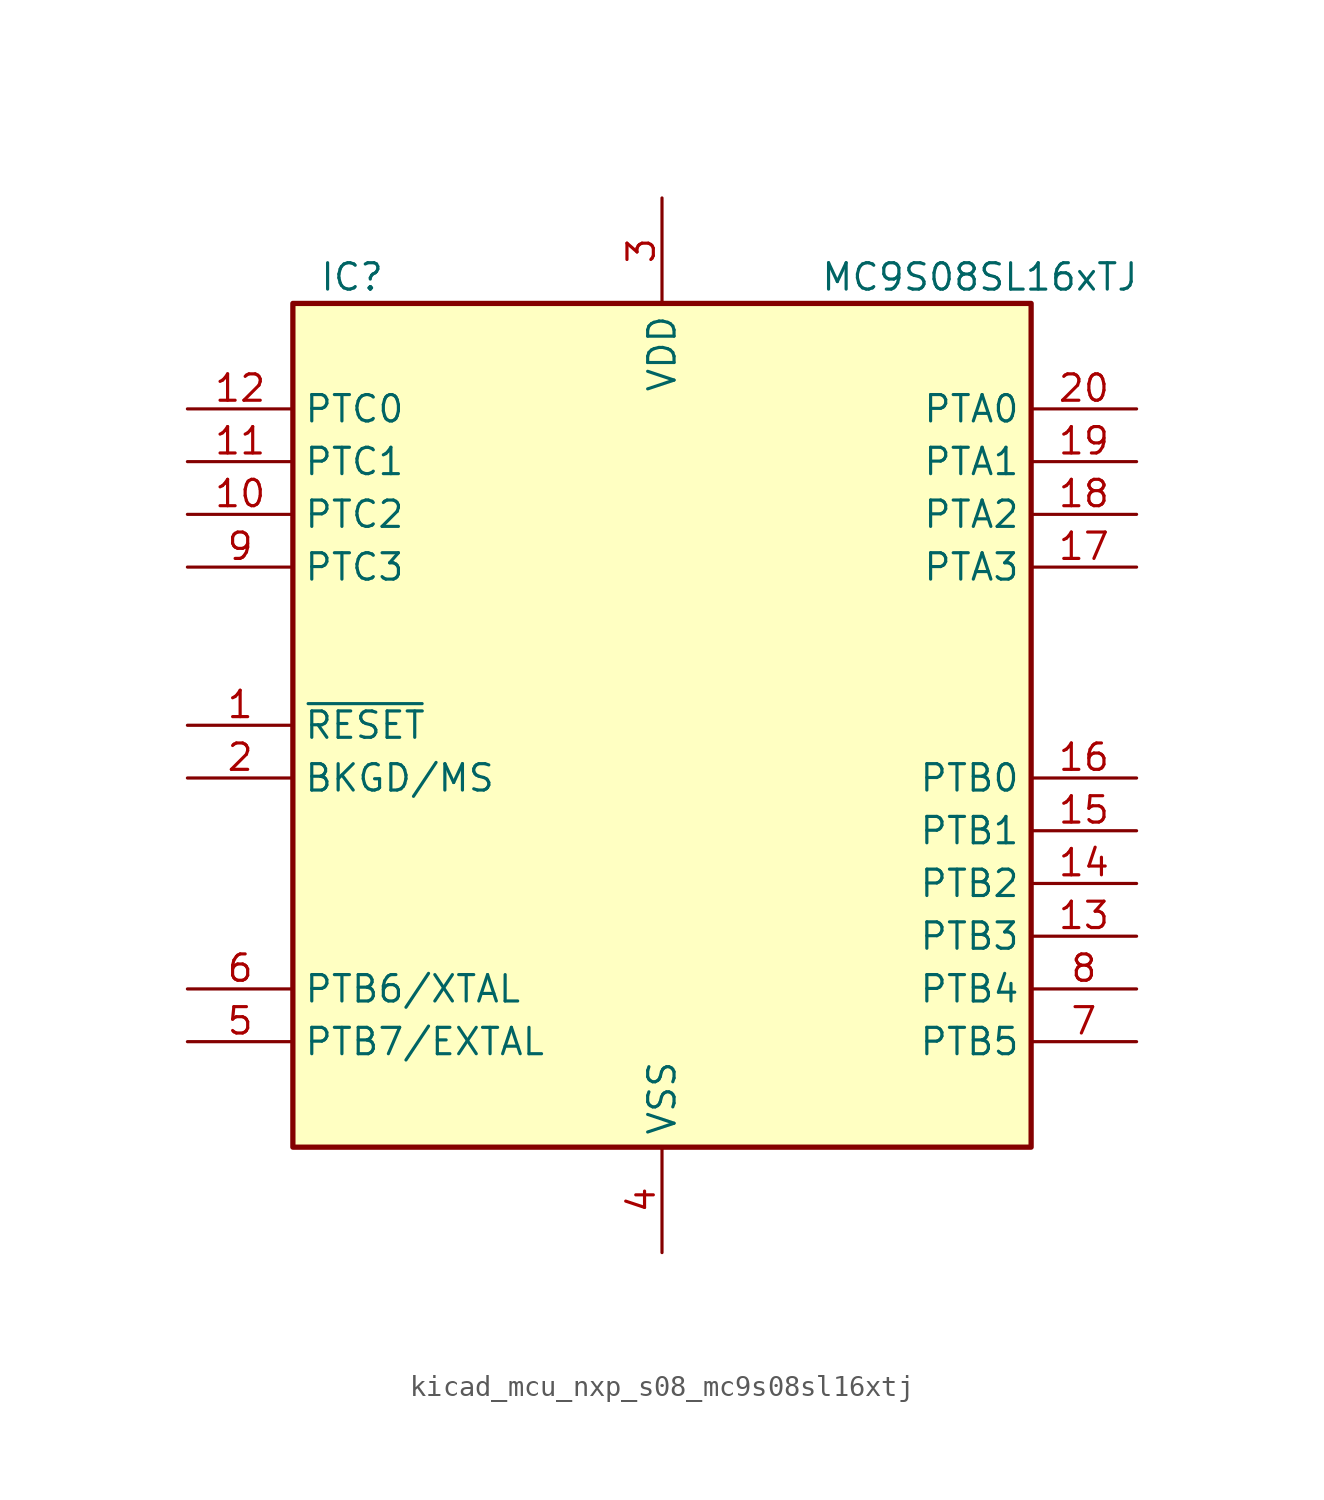
<source format=kicad_sym>
(kicad_symbol_lib
  (version 20220914)
  (generator kicad_symbol_editor)
  (symbol "kicad_mcu_nxp_s08_mc9s08sl16xtj"
    (property "Reference" "IC"
      (at -16.51 21.59 0)
      (effects (font (size 1.27 1.27)) (justify left)))
    (property "Value" "MC9S08SL16xTJ"
      (at 7.62 21.59 0)
      (effects (font (size 1.27 1.27)) (justify left)))
    (symbol "kicad_mcu_nxp_s08_mc9s08sl16xtj_0_1"
      (rectangle (start -17.78 20.32) (end 17.78 -20.32) (stroke (width 0.254) (type default)) (fill (type background))))
    (symbol "kicad_mcu_nxp_s08_mc9s08sl16xtj_1_1"
      (pin input line (at -22.86 0 0) (length 5.08) (name "~{RESET}" (effects (font (size 1.27 1.27)))) (number "1" (effects (font (size 1.27 1.27)))))
      (pin bidirectional line (at -22.86 10.16 0) (length 5.08) (name "PTC2" (effects (font (size 1.27 1.27)))) (number "10" (effects (font (size 1.27 1.27)))))
      (pin bidirectional line (at -22.86 12.7 0) (length 5.08) (name "PTC1" (effects (font (size 1.27 1.27)))) (number "11" (effects (font (size 1.27 1.27)))))
      (pin bidirectional line (at -22.86 15.24 0) (length 5.08) (name "PTC0" (effects (font (size 1.27 1.27)))) (number "12" (effects (font (size 1.27 1.27)))))
      (pin bidirectional line (at 22.86 -10.16 180) (length 5.08) (name "PTB3" (effects (font (size 1.27 1.27)))) (number "13" (effects (font (size 1.27 1.27)))))
      (pin bidirectional line (at 22.86 -7.62 180) (length 5.08) (name "PTB2" (effects (font (size 1.27 1.27)))) (number "14" (effects (font (size 1.27 1.27)))))
      (pin bidirectional line (at 22.86 -5.08 180) (length 5.08) (name "PTB1" (effects (font (size 1.27 1.27)))) (number "15" (effects (font (size 1.27 1.27)))))
      (pin bidirectional line (at 22.86 -2.54 180) (length 5.08) (name "PTB0" (effects (font (size 1.27 1.27)))) (number "16" (effects (font (size 1.27 1.27)))))
      (pin bidirectional line (at 22.86 7.62 180) (length 5.08) (name "PTA3" (effects (font (size 1.27 1.27)))) (number "17" (effects (font (size 1.27 1.27)))))
      (pin bidirectional line (at 22.86 10.16 180) (length 5.08) (name "PTA2" (effects (font (size 1.27 1.27)))) (number "18" (effects (font (size 1.27 1.27)))))
      (pin bidirectional line (at 22.86 12.7 180) (length 5.08) (name "PTA1" (effects (font (size 1.27 1.27)))) (number "19" (effects (font (size 1.27 1.27)))))
      (pin bidirectional line (at -22.86 -2.54 0) (length 5.08) (name "BKGD/MS" (effects (font (size 1.27 1.27)))) (number "2" (effects (font (size 1.27 1.27)))))
      (pin bidirectional line (at 22.86 15.24 180) (length 5.08) (name "PTA0" (effects (font (size 1.27 1.27)))) (number "20" (effects (font (size 1.27 1.27)))))
      (pin power_in line (at 0 25.4 270) (length 5.08) (name "VDD" (effects (font (size 1.27 1.27)))) (number "3" (effects (font (size 1.27 1.27)))))
      (pin power_in line (at 0 -25.4 90) (length 5.08) (name "VSS" (effects (font (size 1.27 1.27)))) (number "4" (effects (font (size 1.27 1.27)))))
      (pin bidirectional line (at -22.86 -15.24 0) (length 5.08) (name "PTB7/EXTAL" (effects (font (size 1.27 1.27)))) (number "5" (effects (font (size 1.27 1.27)))))
      (pin bidirectional line (at -22.86 -12.7 0) (length 5.08) (name "PTB6/XTAL" (effects (font (size 1.27 1.27)))) (number "6" (effects (font (size 1.27 1.27)))))
      (pin bidirectional line (at 22.86 -15.24 180) (length 5.08) (name "PTB5" (effects (font (size 1.27 1.27)))) (number "7" (effects (font (size 1.27 1.27)))))
      (pin bidirectional line (at 22.86 -12.7 180) (length 5.08) (name "PTB4" (effects (font (size 1.27 1.27)))) (number "8" (effects (font (size 1.27 1.27)))))
      (pin bidirectional line (at -22.86 7.62 0) (length 5.08) (name "PTC3" (effects (font (size 1.27 1.27)))) (number "9" (effects (font (size 1.27 1.27))))))))
</source>
